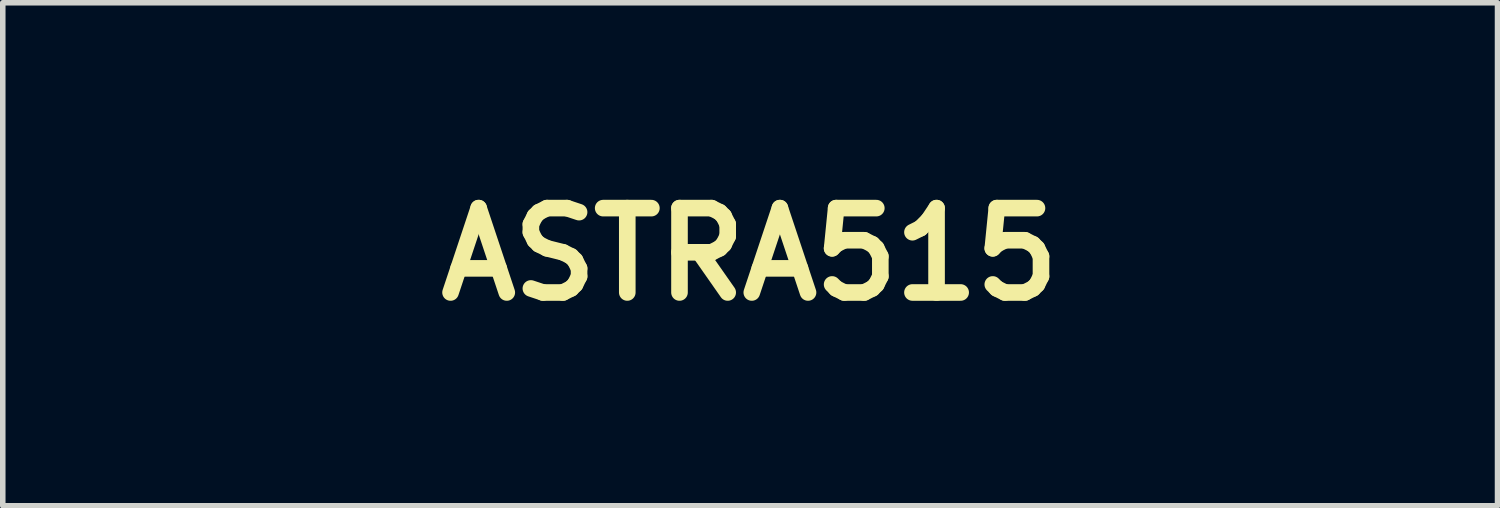
<source format=kicad_pcb>
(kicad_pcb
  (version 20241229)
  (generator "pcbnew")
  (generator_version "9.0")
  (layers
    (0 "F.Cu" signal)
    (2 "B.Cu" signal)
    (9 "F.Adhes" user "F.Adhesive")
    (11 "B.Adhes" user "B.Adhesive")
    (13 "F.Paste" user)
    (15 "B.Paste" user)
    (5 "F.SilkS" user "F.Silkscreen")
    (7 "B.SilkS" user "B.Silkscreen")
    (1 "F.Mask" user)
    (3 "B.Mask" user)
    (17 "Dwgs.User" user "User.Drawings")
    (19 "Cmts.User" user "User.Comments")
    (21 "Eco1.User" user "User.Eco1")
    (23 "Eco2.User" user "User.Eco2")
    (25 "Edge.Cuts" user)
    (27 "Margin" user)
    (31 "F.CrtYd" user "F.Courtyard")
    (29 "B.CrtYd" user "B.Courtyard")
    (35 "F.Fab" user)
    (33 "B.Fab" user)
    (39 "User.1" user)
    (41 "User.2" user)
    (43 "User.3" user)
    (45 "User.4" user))
  (footprint "ASTRA515"
    (layer "F.Cu")
    (at 10.497 1.545)
    (property "Reference" "ASTRA515" (at 0 0 0) (layer "F.SilkS") (effects (font (size 1.524 1.524) (thickness 0.3))))
    (attr through_hole)
    (fp_poly (pts (xy -3.887 -1.538) (xy -3.726 -1.538) (xy -3.589 -1.537) (xy -3.474 -1.536) (xy -3.379 -1.535) (xy -3.302 -1.534) (xy -3.242 -1.532) (xy -3.195 -1.53) (xy -3.16 -1.527) (xy -3.135 -1.524) (xy -3.117 -1.52) (xy -3.11 -1.517) (xy -3.033 -1.474) (xy -2.97 -1.416) (xy -2.921 -1.349) (xy -2.891 -1.277) (xy -2.88 -1.204) (xy -2.891 -1.136) (xy -2.906 -1.105) (xy -2.922 -1.081) (xy -2.939 -1.062) (xy -2.961 -1.047) (xy -2.99 -1.037) (xy -3.032 -1.029) (xy -3.089 -1.024) (xy -3.165 -1.02) (xy -3.263 -1.018) (xy -3.332 -1.016) (xy -3.665 -1.009) (xy -3.357 0.141) (xy -3.31 0.317) (xy -3.265 0.486) (xy -3.223 0.646) (xy -3.184 0.795) (xy -3.149 0.93) (xy -3.118 1.05) (xy -3.092 1.153) (xy -3.072 1.236) (xy -3.057 1.297) (xy -3.049 1.334) (xy -3.048 1.345) (xy -3.06 1.417) (xy -3.093 1.474) (xy -3.143 1.513) (xy -3.206 1.534) (xy -3.28 1.535) (xy -3.359 1.513) (xy -3.384 1.502) (xy -3.469 1.444) (xy -3.535 1.366) (xy -3.58 1.271) (xy -3.583 1.264) (xy -3.591 1.237) (xy -3.605 1.185) (xy -3.625 1.11) (xy -3.651 1.015) (xy -3.682 0.902) (xy -3.717 0.772) (xy -3.756 0.629) (xy -3.797 0.474) (xy -3.841 0.31) (xy -3.887 0.139) (xy -3.903 0.081) (xy -4.196 -1.016) (xy -4.522 -1.016) (xy -4.629 -1.017) (xy -4.711 -1.018) (xy -4.774 -1.019) (xy -4.82 -1.022) (xy -4.854 -1.027) (xy -4.88 -1.033) (xy -4.902 -1.041) (xy -4.905 -1.043) (xy -4.981 -1.088) (xy -5.042 -1.146) (xy -5.087 -1.212) (xy -5.114 -1.281) (xy -5.123 -1.35) (xy -5.112 -1.415) (xy -5.079 -1.472) (xy -5.033 -1.51) (xy -5.024 -1.516) (xy -5.012 -1.521) (xy -4.996 -1.525) (xy -4.974 -1.528) (xy -4.944 -1.531) (xy -4.904 -1.533) (xy -4.852 -1.535) (xy -4.784 -1.536) (xy -4.7 -1.537) (xy -4.598 -1.537) (xy -4.474 -1.538) (xy -4.327 -1.538) (xy -4.155 -1.538) (xy -4.074 -1.538) (xy -3.887 -1.538)) (stroke (width 0.01) (type solid)) (fill yes) (layer "F.Mask"))
    (fp_poly (pts (xy 6.673 -1.529) (xy 6.697 -1.524) (xy 6.747 -1.501) (xy 6.803 -1.464) (xy 6.858 -1.418) (xy 6.902 -1.37) (xy 6.927 -1.33) (xy 6.933 -1.311) (xy 6.946 -1.266) (xy 6.965 -1.199) (xy 6.989 -1.11) (xy 7.019 -1.002) (xy 7.053 -0.878) (xy 7.091 -0.739) (xy 7.132 -0.587) (xy 7.176 -0.424) (xy 7.222 -0.253) (xy 7.252 -0.141) (xy 7.56 1.009) (xy 7.692 1.016) (xy 7.766 1.022) (xy 7.819 1.031) (xy 7.862 1.047) (xy 7.901 1.073) (xy 7.947 1.111) (xy 8.011 1.184) (xy 8.05 1.264) (xy 8.063 1.342) (xy 8.052 1.414) (xy 8.017 1.472) (xy 7.968 1.511) (xy 7.955 1.518) (xy 7.939 1.524) (xy 7.918 1.528) (xy 7.888 1.532) (xy 7.847 1.534) (xy 7.792 1.536) (xy 7.718 1.537) (xy 7.625 1.538) (xy 7.507 1.538) (xy 7.436 1.538) (xy 6.948 1.538) (xy 6.876 1.502) (xy 6.798 1.452) (xy 6.738 1.391) (xy 6.696 1.322) (xy 6.674 1.25) (xy 6.674 1.178) (xy 6.696 1.112) (xy 6.73 1.067) (xy 6.753 1.046) (xy 6.775 1.032) (xy 6.804 1.025) (xy 6.847 1.021) (xy 6.901 1.018) (xy 6.956 1.015) (xy 7 1.011) (xy 7.024 1.008) (xy 7.027 1.006) (xy 7.024 0.991) (xy 7.014 0.952) (xy 6.998 0.892) (xy 6.977 0.814) (xy 6.952 0.72) (xy 6.924 0.613) (xy 6.893 0.497) (xy 6.86 0.375) (xy 6.827 0.248) (xy 6.793 0.121) (xy 6.759 -0.003) (xy 6.727 -0.123) (xy 6.697 -0.234) (xy 6.67 -0.335) (xy 6.647 -0.421) (xy 6.628 -0.49) (xy 6.615 -0.539) (xy 6.609 -0.561) (xy 6.588 -0.635) (xy 6.547 -0.614) (xy 6.481 -0.594) (xy 6.404 -0.596) (xy 6.324 -0.617) (xy 6.247 -0.657) (xy 6.214 -0.683) (xy 6.165 -0.735) (xy 6.129 -0.8) (xy 6.106 -0.868) (xy 6.099 -0.933) (xy 6.11 -0.988) (xy 6.112 -0.992) (xy 6.129 -1.019) (xy 6.158 -1.062) (xy 6.198 -1.119) (xy 6.245 -1.184) (xy 6.295 -1.253) (xy 6.346 -1.32) (xy 6.393 -1.383) (xy 6.434 -1.436) (xy 6.465 -1.474) (xy 6.481 -1.493) (xy 6.532 -1.523) (xy 6.598 -1.535) (xy 6.673 -1.529)) (stroke (width 0.01) (type solid)) (fill yes) (layer "F.Mask"))
    (fp_poly (pts (xy -9.666 -1.536) (xy -9.517 -1.535) (xy -9.501 -1.535) (xy -8.954 -1.531) (xy -8.858 -1.494) (xy -8.722 -1.429) (xy -8.595 -1.346) (xy -8.48 -1.247) (xy -8.384 -1.138) (xy -8.308 -1.021) (xy -8.27 -0.939) (xy -8.26 -0.907) (xy -8.244 -0.852) (xy -8.222 -0.776) (xy -8.195 -0.681) (xy -8.165 -0.57) (xy -8.131 -0.446) (xy -8.094 -0.31) (xy -8.055 -0.166) (xy -8.014 -0.015) (xy -7.973 0.139) (xy -7.932 0.294) (xy -7.892 0.447) (xy -7.852 0.596) (xy -7.815 0.739) (xy -7.78 0.873) (xy -7.748 0.996) (xy -7.721 1.104) (xy -7.698 1.196) (xy -7.68 1.269) (xy -7.668 1.32) (xy -7.663 1.347) (xy -7.662 1.349) (xy -7.675 1.416) (xy -7.711 1.472) (xy -7.765 1.513) (xy -7.833 1.535) (xy -7.869 1.538) (xy -7.941 1.525) (xy -8.016 1.492) (xy -8.086 1.443) (xy -8.143 1.383) (xy -8.175 1.33) (xy -8.185 1.303) (xy -8.201 1.25) (xy -8.223 1.174) (xy -8.25 1.077) (xy -8.283 0.96) (xy -8.319 0.826) (xy -8.359 0.676) (xy -8.403 0.514) (xy -8.449 0.34) (xy -8.452 0.328) (xy -8.468 0.268) (xy -9.053 0.268) (xy -9.178 0.268) (xy -9.294 0.269) (xy -9.398 0.269) (xy -9.487 0.27) (xy -9.558 0.271) (xy -9.609 0.272) (xy -9.635 0.274) (xy -9.638 0.274) (xy -9.634 0.289) (xy -9.624 0.328) (xy -9.608 0.388) (xy -9.588 0.466) (xy -9.563 0.559) (xy -9.535 0.664) (xy -9.504 0.778) (xy -9.502 0.786) (xy -9.471 0.903) (xy -9.442 1.014) (xy -9.417 1.115) (xy -9.396 1.203) (xy -9.38 1.273) (xy -9.37 1.324) (xy -9.367 1.351) (xy -9.379 1.42) (xy -9.413 1.475) (xy -9.464 1.513) (xy -9.528 1.534) (xy -9.602 1.534) (xy -9.681 1.513) (xy -9.705 1.502) (xy -9.786 1.449) (xy -9.847 1.378) (xy -9.879 1.32) (xy -9.887 1.297) (xy -9.902 1.25) (xy -9.922 1.18) (xy -9.948 1.089) (xy -9.979 0.979) (xy -10.013 0.853) (xy -10.052 0.713) (xy -10.094 0.561) (xy -10.137 0.399) (xy -10.183 0.23) (xy -10.198 0.176) (xy -10.254 -0.033) (xy -10.303 -0.216) (xy -10.345 -0.377) (xy -10.381 -0.515) (xy -10.412 -0.635) (xy -10.437 -0.736) (xy -10.457 -0.822) (xy -10.472 -0.893) (xy -10.474 -0.906) (xy -9.949 -0.906) (xy -9.945 -0.886) (xy -9.935 -0.843) (xy -9.92 -0.781) (xy -9.901 -0.704) (xy -9.879 -0.618) (xy -9.867 -0.575) (xy -9.786 -0.268) (xy -9.199 -0.268) (xy -8.612 -0.268) (xy -8.695 -0.575) (xy -8.72 -0.666) (xy -8.744 -0.749) (xy -8.766 -0.821) (xy -8.785 -0.876) (xy -8.799 -0.91) (xy -8.803 -0.917) (xy -8.831 -0.945) (xy -8.872 -0.974) (xy -8.891 -0.985) (xy -8.909 -0.993) (xy -8.926 -1) (xy -8.946 -1.006) (xy -8.973 -1.01) (xy -9.009 -1.012) (xy -9.058 -1.014) (xy -9.122 -1.015) (xy -9.206 -1.014) (xy -9.312 -1.014) (xy -9.417 -1.013) (xy -9.88 -1.009) (xy -9.914 -0.969) (xy -9.937 -0.937) (xy -9.948 -0.909) (xy -9.949 -0.906) (xy -10.474 -0.906) (xy -10.482 -0.953) (xy -10.489 -1.002) (xy -10.492 -1.043) (xy -10.492 -1.078) (xy -10.489 -1.109) (xy -10.483 -1.137) (xy -10.476 -1.164) (xy -10.466 -1.192) (xy -10.425 -1.278) (xy -10.365 -1.361) (xy -10.293 -1.431) (xy -10.267 -1.45) (xy -10.234 -1.472) (xy -10.203 -1.489) (xy -10.171 -1.504) (xy -10.135 -1.515) (xy -10.092 -1.523) (xy -10.038 -1.53) (xy -9.972 -1.534) (xy -9.89 -1.536) (xy -9.789 -1.537) (xy -9.666 -1.536)) (stroke (width 0.01) (type solid)) (fill yes) (layer "F.Mask"))
    (fp_poly (pts (xy 1.286 -1.536) (xy 1.428 -1.535) (xy 1.435 -1.535) (xy 1.983 -1.531) (xy 2.078 -1.494) (xy 2.183 -1.447) (xy 2.276 -1.393) (xy 2.366 -1.324) (xy 2.455 -1.242) (xy 2.487 -1.21) (xy 2.515 -1.182) (xy 2.54 -1.153) (xy 2.564 -1.124) (xy 2.585 -1.092) (xy 2.606 -1.055) (xy 2.627 -1.011) (xy 2.649 -0.959) (xy 2.672 -0.896) (xy 2.696 -0.821) (xy 2.724 -0.731) (xy 2.754 -0.626) (xy 2.789 -0.502) (xy 2.828 -0.359) (xy 2.873 -0.194) (xy 2.923 -0.005) (xy 2.977 0.197) (xy 3.023 0.369) (xy 3.067 0.534) (xy 3.108 0.69) (xy 3.146 0.835) (xy 3.18 0.966) (xy 3.21 1.081) (xy 3.234 1.178) (xy 3.253 1.255) (xy 3.267 1.311) (xy 3.273 1.342) (xy 3.274 1.347) (xy 3.261 1.413) (xy 3.225 1.47) (xy 3.171 1.512) (xy 3.105 1.535) (xy 3.069 1.538) (xy 2.992 1.525) (xy 2.913 1.489) (xy 2.842 1.437) (xy 2.785 1.372) (xy 2.766 1.341) (xy 2.759 1.32) (xy 2.745 1.276) (xy 2.726 1.213) (xy 2.703 1.134) (xy 2.677 1.042) (xy 2.649 0.942) (xy 2.62 0.838) (xy 2.59 0.732) (xy 2.562 0.629) (xy 2.536 0.532) (xy 2.512 0.446) (xy 2.493 0.373) (xy 2.479 0.318) (xy 2.471 0.283) (xy 2.469 0.274) (xy 2.456 0.273) (xy 2.417 0.272) (xy 2.356 0.271) (xy 2.275 0.27) (xy 2.178 0.269) (xy 2.067 0.268) (xy 1.946 0.268) (xy 1.884 0.268) (xy 1.758 0.268) (xy 1.642 0.269) (xy 1.538 0.27) (xy 1.449 0.271) (xy 1.378 0.273) (xy 1.328 0.275) (xy 1.301 0.276) (xy 1.298 0.277) (xy 1.302 0.293) (xy 1.312 0.332) (xy 1.328 0.393) (xy 1.348 0.471) (xy 1.373 0.565) (xy 1.401 0.67) (xy 1.432 0.784) (xy 1.432 0.785) (xy 1.463 0.901) (xy 1.492 1.011) (xy 1.517 1.111) (xy 1.537 1.198) (xy 1.553 1.267) (xy 1.563 1.316) (xy 1.566 1.341) (xy 1.554 1.413) (xy 1.521 1.472) (xy 1.47 1.513) (xy 1.407 1.535) (xy 1.333 1.537) (xy 1.255 1.515) (xy 1.249 1.512) (xy 1.169 1.464) (xy 1.102 1.403) (xy 1.074 1.364) (xy 1.066 1.344) (xy 1.051 1.298) (xy 1.031 1.23) (xy 1.005 1.14) (xy 0.974 1.032) (xy 0.938 0.907) (xy 0.9 0.768) (xy 0.858 0.616) (xy 0.813 0.454) (xy 0.767 0.284) (xy 0.746 0.204) (xy 0.692 0.003) (xy 0.644 -0.173) (xy 0.604 -0.326) (xy 0.569 -0.457) (xy 0.54 -0.568) (xy 0.515 -0.663) (xy 0.496 -0.741) (xy 0.48 -0.806) (xy 0.468 -0.859) (xy 0.459 -0.902) (xy 0.459 -0.906) (xy 0.987 -0.906) (xy 0.991 -0.886) (xy 1 -0.843) (xy 1.015 -0.781) (xy 1.034 -0.704) (xy 1.057 -0.618) (xy 1.068 -0.575) (xy 1.149 -0.268) (xy 1.732 -0.268) (xy 1.893 -0.268) (xy 2.026 -0.269) (xy 2.133 -0.271) (xy 2.215 -0.273) (xy 2.271 -0.276) (xy 2.304 -0.279) (xy 2.314 -0.283) (xy 2.31 -0.308) (xy 2.3 -0.355) (xy 2.283 -0.418) (xy 2.263 -0.493) (xy 2.241 -0.574) (xy 2.217 -0.657) (xy 2.193 -0.736) (xy 2.172 -0.807) (xy 2.153 -0.864) (xy 2.139 -0.903) (xy 2.132 -0.917) (xy 2.102 -0.949) (xy 2.063 -0.978) (xy 2.059 -0.981) (xy 2.044 -0.988) (xy 2.028 -0.994) (xy 2.007 -0.999) (xy 1.978 -1.003) (xy 1.937 -1.005) (xy 1.882 -1.007) (xy 1.81 -1.008) (xy 1.717 -1.009) (xy 1.601 -1.009) (xy 1.533 -1.009) (xy 1.056 -1.009) (xy 1.022 -0.969) (xy 0.999 -0.937) (xy 0.988 -0.909) (xy 0.987 -0.906) (xy 0.459 -0.906) (xy 0.453 -0.937) (xy 0.449 -0.967) (xy 0.447 -0.992) (xy 0.447 -1.015) (xy 0.446 -1.03) (xy 0.449 -1.1) (xy 0.456 -1.152) (xy 0.471 -1.2) (xy 0.483 -1.229) (xy 0.545 -1.335) (xy 0.626 -1.421) (xy 0.724 -1.484) (xy 0.809 -1.517) (xy 0.833 -1.523) (xy 0.861 -1.527) (xy 0.896 -1.531) (xy 0.942 -1.534) (xy 1 -1.536) (xy 1.076 -1.536) (xy 1.17 -1.537) (xy 1.286 -1.536)) (stroke (width 0.01) (type solid)) (fill yes) (layer "F.Mask"))
    (fp_poly (pts (xy 5.484 -1.503) (xy 5.559 -1.455) (xy 5.617 -1.395) (xy 5.659 -1.328) (xy 5.683 -1.258) (xy 5.687 -1.189) (xy 5.671 -1.126) (xy 5.634 -1.071) (xy 5.598 -1.044) (xy 5.587 -1.038) (xy 5.574 -1.033) (xy 5.557 -1.028) (xy 5.533 -1.025) (xy 5.5 -1.022) (xy 5.456 -1.02) (xy 5.398 -1.019) (xy 5.324 -1.017) (xy 5.231 -1.017) (xy 5.117 -1.016) (xy 4.98 -1.016) (xy 4.818 -1.016) (xy 4.8 -1.016) (xy 4.635 -1.016) (xy 4.496 -1.016) (xy 4.381 -1.015) (xy 4.288 -1.015) (xy 4.214 -1.014) (xy 4.157 -1.012) (xy 4.115 -1.01) (xy 4.086 -1.008) (xy 4.068 -1.005) (xy 4.058 -1.001) (xy 4.055 -0.996) (xy 4.056 -0.991) (xy 4.062 -0.969) (xy 4.074 -0.925) (xy 4.09 -0.864) (xy 4.11 -0.791) (xy 4.132 -0.709) (xy 4.155 -0.623) (xy 4.178 -0.538) (xy 4.199 -0.458) (xy 4.218 -0.387) (xy 4.233 -0.33) (xy 4.243 -0.291) (xy 4.247 -0.274) (xy 4.247 -0.274) (xy 4.261 -0.272) (xy 4.3 -0.271) (xy 4.361 -0.27) (xy 4.44 -0.269) (xy 4.536 -0.269) (xy 4.645 -0.268) (xy 4.763 -0.268) (xy 4.78 -0.268) (xy 4.93 -0.268) (xy 5.055 -0.267) (xy 5.157 -0.265) (xy 5.239 -0.263) (xy 5.304 -0.26) (xy 5.355 -0.255) (xy 5.394 -0.25) (xy 5.412 -0.247) (xy 5.535 -0.209) (xy 5.66 -0.149) (xy 5.781 -0.07) (xy 5.892 0.024) (xy 5.967 0.105) (xy 6.012 0.164) (xy 6.051 0.228) (xy 6.086 0.3) (xy 6.12 0.387) (xy 6.155 0.491) (xy 6.191 0.619) (xy 6.196 0.635) (xy 6.223 0.737) (xy 6.243 0.817) (xy 6.257 0.881) (xy 6.265 0.934) (xy 6.269 0.98) (xy 6.27 1.023) (xy 6.258 1.147) (xy 6.22 1.257) (xy 6.159 1.353) (xy 6.072 1.435) (xy 6.048 1.452) (xy 6.021 1.47) (xy 5.995 1.486) (xy 5.968 1.499) (xy 5.937 1.51) (xy 5.9 1.518) (xy 5.854 1.525) (xy 5.797 1.53) (xy 5.726 1.533) (xy 5.638 1.536) (xy 5.532 1.537) (xy 5.405 1.538) (xy 5.254 1.538) (xy 5.123 1.538) (xy 4.962 1.538) (xy 4.827 1.537) (xy 4.715 1.537) (xy 4.623 1.536) (xy 4.55 1.535) (xy 4.493 1.533) (xy 4.449 1.531) (xy 4.416 1.528) (xy 4.391 1.524) (xy 4.373 1.519) (xy 4.358 1.514) (xy 4.352 1.511) (xy 4.275 1.465) (xy 4.211 1.406) (xy 4.162 1.338) (xy 4.133 1.266) (xy 4.126 1.195) (xy 4.134 1.152) (xy 4.155 1.111) (xy 4.186 1.07) (xy 4.192 1.064) (xy 4.235 1.023) (xy 4.948 1.016) (xy 5.661 1.009) (xy 5.695 0.969) (xy 5.718 0.935) (xy 5.729 0.902) (xy 5.729 0.899) (xy 5.725 0.868) (xy 5.714 0.817) (xy 5.697 0.752) (xy 5.677 0.678) (xy 5.655 0.601) (xy 5.633 0.526) (xy 5.612 0.459) (xy 5.594 0.407) (xy 5.58 0.373) (xy 5.576 0.367) (xy 5.546 0.335) (xy 5.508 0.303) (xy 5.503 0.3) (xy 5.457 0.268) (xy 4.784 0.268) (xy 4.618 0.268) (xy 4.477 0.268) (xy 4.359 0.267) (xy 4.262 0.265) (xy 4.183 0.262) (xy 4.12 0.257) (xy 4.069 0.251) (xy 4.03 0.243) (xy 3.997 0.233) (xy 3.971 0.22) (xy 3.947 0.204) (xy 3.924 0.186) (xy 3.911 0.175) (xy 3.871 0.135) (xy 3.837 0.091) (xy 3.824 0.071) (xy 3.815 0.046) (xy 3.799 -0.003) (xy 3.779 -0.072) (xy 3.754 -0.159) (xy 3.725 -0.259) (xy 3.694 -0.37) (xy 3.662 -0.488) (xy 3.629 -0.61) (xy 3.596 -0.733) (xy 3.564 -0.853) (xy 3.534 -0.968) (xy 3.507 -1.073) (xy 3.483 -1.166) (xy 3.464 -1.243) (xy 3.451 -1.301) (xy 3.444 -1.337) (xy 3.443 -1.345) (xy 3.456 -1.409) (xy 3.49 -1.467) (xy 3.538 -1.51) (xy 3.543 -1.512) (xy 3.554 -1.518) (xy 3.567 -1.522) (xy 3.586 -1.526) (xy 3.611 -1.529) (xy 3.645 -1.531) (xy 3.691 -1.533) (xy 3.749 -1.535) (xy 3.823 -1.536) (xy 3.915 -1.537) (xy 4.026 -1.538) (xy 4.159 -1.538) (xy 4.316 -1.538) (xy 4.499 -1.538) (xy 5.413 -1.538) (xy 5.484 -1.503)) (stroke (width 0.01) (type solid)) (fill yes) (layer "F.Mask"))
    (fp_poly (pts (xy 8.734 -1.538) (xy 8.921 -1.538) (xy 9.081 -1.538) (xy 9.218 -1.538) (xy 9.333 -1.537) (xy 9.429 -1.536) (xy 9.507 -1.534) (xy 9.571 -1.531) (xy 9.621 -1.526) (xy 9.661 -1.521) (xy 9.692 -1.514) (xy 9.717 -1.506) (xy 9.737 -1.496) (xy 9.756 -1.484) (xy 9.774 -1.47) (xy 9.789 -1.459) (xy 9.823 -1.426) (xy 9.859 -1.38) (xy 9.878 -1.35) (xy 9.911 -1.272) (xy 9.92 -1.197) (xy 9.905 -1.129) (xy 9.868 -1.073) (xy 9.831 -1.044) (xy 9.82 -1.038) (xy 9.807 -1.033) (xy 9.79 -1.028) (xy 9.766 -1.025) (xy 9.734 -1.022) (xy 9.689 -1.02) (xy 9.631 -1.019) (xy 9.557 -1.017) (xy 9.464 -1.017) (xy 9.35 -1.016) (xy 9.214 -1.016) (xy 9.051 -1.016) (xy 9.034 -1.016) (xy 8.869 -1.016) (xy 8.73 -1.016) (xy 8.615 -1.015) (xy 8.521 -1.015) (xy 8.447 -1.014) (xy 8.39 -1.012) (xy 8.349 -1.01) (xy 8.32 -1.008) (xy 8.301 -1.005) (xy 8.292 -1.001) (xy 8.288 -0.996) (xy 8.289 -0.991) (xy 8.294 -0.971) (xy 8.306 -0.929) (xy 8.322 -0.869) (xy 8.341 -0.795) (xy 8.363 -0.714) (xy 8.386 -0.629) (xy 8.408 -0.545) (xy 8.429 -0.467) (xy 8.447 -0.4) (xy 8.461 -0.348) (xy 8.466 -0.329) (xy 8.481 -0.27) (xy 9.056 -0.265) (xy 9.199 -0.264) (xy 9.317 -0.262) (xy 9.413 -0.261) (xy 9.49 -0.259) (xy 9.55 -0.257) (xy 9.597 -0.254) (xy 9.634 -0.25) (xy 9.663 -0.246) (xy 9.688 -0.24) (xy 9.712 -0.233) (xy 9.723 -0.229) (xy 9.843 -0.178) (xy 9.965 -0.104) (xy 10.081 -0.015) (xy 10.183 0.085) (xy 10.207 0.113) (xy 10.252 0.174) (xy 10.292 0.245) (xy 10.331 0.332) (xy 10.369 0.437) (xy 10.408 0.565) (xy 10.43 0.642) (xy 10.463 0.771) (xy 10.487 0.879) (xy 10.5 0.968) (xy 10.505 1.044) (xy 10.5 1.109) (xy 10.487 1.17) (xy 10.48 1.192) (xy 10.439 1.278) (xy 10.379 1.361) (xy 10.308 1.431) (xy 10.282 1.45) (xy 10.253 1.469) (xy 10.226 1.485) (xy 10.199 1.498) (xy 10.169 1.509) (xy 10.133 1.518) (xy 10.088 1.524) (xy 10.033 1.529) (xy 9.965 1.533) (xy 9.88 1.535) (xy 9.777 1.537) (xy 9.654 1.538) (xy 9.507 1.538) (xy 9.357 1.538) (xy 9.196 1.538) (xy 9.061 1.537) (xy 8.95 1.537) (xy 8.859 1.536) (xy 8.786 1.535) (xy 8.729 1.533) (xy 8.685 1.531) (xy 8.652 1.528) (xy 8.627 1.524) (xy 8.608 1.52) (xy 8.592 1.514) (xy 8.58 1.509) (xy 8.504 1.464) (xy 8.442 1.404) (xy 8.394 1.336) (xy 8.366 1.264) (xy 8.359 1.194) (xy 8.367 1.152) (xy 8.388 1.111) (xy 8.419 1.07) (xy 8.426 1.064) (xy 8.468 1.023) (xy 9.181 1.016) (xy 9.894 1.009) (xy 9.928 0.969) (xy 9.951 0.936) (xy 9.962 0.906) (xy 9.962 0.902) (xy 9.958 0.874) (xy 9.948 0.824) (xy 9.931 0.76) (xy 9.912 0.686) (xy 9.89 0.609) (xy 9.867 0.534) (xy 9.846 0.466) (xy 9.828 0.411) (xy 9.814 0.376) (xy 9.809 0.367) (xy 9.78 0.335) (xy 9.742 0.303) (xy 9.737 0.3) (xy 9.69 0.268) (xy 9.017 0.268) (xy 8.851 0.268) (xy 8.71 0.268) (xy 8.593 0.267) (xy 8.496 0.265) (xy 8.417 0.262) (xy 8.353 0.257) (xy 8.303 0.251) (xy 8.263 0.243) (xy 8.231 0.233) (xy 8.204 0.22) (xy 8.18 0.204) (xy 8.157 0.186) (xy 8.145 0.175) (xy 8.104 0.135) (xy 8.069 0.089) (xy 8.057 0.069) (xy 8.046 0.042) (xy 8.03 -0.008) (xy 8.009 -0.078) (xy 7.984 -0.165) (xy 7.955 -0.267) (xy 7.924 -0.378) (xy 7.892 -0.497) (xy 7.859 -0.62) (xy 7.826 -0.743) (xy 7.794 -0.864) (xy 7.764 -0.978) (xy 7.737 -1.083) (xy 7.714 -1.175) (xy 7.696 -1.252) (xy 7.683 -1.309) (xy 7.677 -1.343) (xy 7.676 -1.349) (xy 7.684 -1.397) (xy 7.703 -1.444) (xy 7.705 -1.447) (xy 7.716 -1.465) (xy 7.726 -1.48) (xy 7.738 -1.493) (xy 7.754 -1.504) (xy 7.776 -1.513) (xy 7.806 -1.52) (xy 7.845 -1.526) (xy 7.897 -1.53) (xy 7.963 -1.533) (xy 8.045 -1.536) (xy 8.145 -1.537) (xy 8.265 -1.538) (xy 8.408 -1.538) (xy 8.575 -1.538) (xy 8.734 -1.538)) (stroke (width 0.01) (type solid)) (fill yes) (layer "F.Mask"))
    (fp_poly (pts (xy -6.485 -1.536) (xy -6.407 -1.535) (xy -6.345 -1.534) (xy -6.297 -1.531) (xy -6.259 -1.527) (xy -6.229 -1.522) (xy -6.207 -1.517) (xy -6.076 -1.472) (xy -5.949 -1.406) (xy -5.831 -1.322) (xy -5.725 -1.225) (xy -5.636 -1.118) (xy -5.565 -1.004) (xy -5.519 -0.887) (xy -5.511 -0.857) (xy -5.501 -0.777) (xy -5.513 -0.712) (xy -5.547 -0.657) (xy -5.566 -0.639) (xy -5.599 -0.611) (xy -5.631 -0.597) (xy -5.673 -0.593) (xy -5.694 -0.593) (xy -5.791 -0.606) (xy -5.876 -0.644) (xy -5.95 -0.709) (xy -6.011 -0.798) (xy -6.033 -0.841) (xy -6.063 -0.901) (xy -6.092 -0.941) (xy -6.125 -0.97) (xy -6.133 -0.975) (xy -6.188 -1.009) (xy -7.143 -1.009) (xy -7.177 -0.969) (xy -7.2 -0.933) (xy -7.211 -0.899) (xy -7.211 -0.895) (xy -7.207 -0.868) (xy -7.197 -0.82) (xy -7.181 -0.756) (xy -7.162 -0.684) (xy -7.141 -0.607) (xy -7.12 -0.532) (xy -7.1 -0.465) (xy -7.083 -0.411) (xy -7.07 -0.376) (xy -7.065 -0.366) (xy -7.041 -0.339) (xy -7.008 -0.31) (xy -7.006 -0.307) (xy -6.994 -0.299) (xy -6.982 -0.292) (xy -6.966 -0.287) (xy -6.944 -0.283) (xy -6.912 -0.279) (xy -6.867 -0.276) (xy -6.807 -0.274) (xy -6.729 -0.272) (xy -6.63 -0.27) (xy -6.507 -0.268) (xy -6.435 -0.267) (xy -6.295 -0.265) (xy -6.18 -0.263) (xy -6.087 -0.26) (xy -6.013 -0.257) (xy -5.956 -0.254) (xy -5.911 -0.25) (xy -5.876 -0.246) (xy -5.849 -0.24) (xy -5.828 -0.234) (xy -5.688 -0.175) (xy -5.554 -0.096) (xy -5.433 0.001) (xy -5.329 0.112) (xy -5.246 0.231) (xy -5.223 0.274) (xy -5.198 0.333) (xy -5.17 0.414) (xy -5.14 0.509) (xy -5.111 0.613) (xy -5.084 0.72) (xy -5.06 0.822) (xy -5.042 0.914) (xy -5.03 0.989) (xy -5.027 1.018) (xy -5.03 1.137) (xy -5.054 1.239) (xy -5.101 1.327) (xy -5.172 1.404) (xy -5.225 1.444) (xy -5.259 1.467) (xy -5.292 1.485) (xy -5.328 1.501) (xy -5.368 1.512) (xy -5.415 1.522) (xy -5.474 1.528) (xy -5.547 1.533) (xy -5.637 1.535) (xy -5.746 1.537) (xy -5.879 1.537) (xy -5.99 1.537) (xy -6.136 1.537) (xy -6.257 1.536) (xy -6.355 1.534) (xy -6.433 1.532) (xy -6.493 1.529) (xy -6.539 1.525) (xy -6.573 1.52) (xy -6.59 1.516) (xy -6.719 1.469) (xy -6.847 1.399) (xy -6.968 1.311) (xy -7.076 1.208) (xy -7.166 1.096) (xy -7.225 0.994) (xy -7.266 0.896) (xy -7.285 0.813) (xy -7.283 0.743) (xy -7.258 0.683) (xy -7.217 0.636) (xy -7.182 0.61) (xy -7.148 0.597) (xy -7.103 0.593) (xy -7.09 0.593) (xy -6.995 0.606) (xy -6.909 0.646) (xy -6.833 0.713) (xy -6.829 0.716) (xy -6.795 0.762) (xy -6.767 0.811) (xy -6.756 0.837) (xy -6.724 0.901) (xy -6.673 0.956) (xy -6.612 0.994) (xy -6.59 1.002) (xy -6.556 1.007) (xy -6.495 1.01) (xy -6.408 1.013) (xy -6.296 1.014) (xy -6.161 1.014) (xy -6.088 1.013) (xy -5.642 1.009) (xy -5.608 0.969) (xy -5.585 0.934) (xy -5.574 0.901) (xy -5.574 0.898) (xy -5.577 0.875) (xy -5.587 0.829) (xy -5.602 0.767) (xy -5.621 0.692) (xy -5.638 0.627) (xy -5.665 0.533) (xy -5.686 0.462) (xy -5.705 0.411) (xy -5.721 0.375) (xy -5.738 0.352) (xy -5.741 0.348) (xy -5.761 0.327) (xy -5.78 0.31) (xy -5.8 0.297) (xy -5.826 0.287) (xy -5.861 0.279) (xy -5.906 0.274) (xy -5.966 0.271) (xy -6.043 0.269) (xy -6.141 0.268) (xy -6.262 0.268) (xy -6.332 0.268) (xy -6.485 0.267) (xy -6.613 0.266) (xy -6.719 0.263) (xy -6.808 0.258) (xy -6.882 0.251) (xy -6.945 0.242) (xy -6.999 0.23) (xy -7.049 0.214) (xy -7.098 0.194) (xy -7.15 0.17) (xy -7.154 0.168) (xy -7.272 0.096) (xy -7.38 0.004) (xy -7.472 -0.102) (xy -7.539 -0.212) (xy -7.567 -0.277) (xy -7.598 -0.361) (xy -7.63 -0.459) (xy -7.662 -0.565) (xy -7.692 -0.674) (xy -7.718 -0.78) (xy -7.739 -0.877) (xy -7.754 -0.96) (xy -7.761 -1.024) (xy -7.761 -1.036) (xy -7.749 -1.16) (xy -7.712 -1.27) (xy -7.652 -1.367) (xy -7.591 -1.429) (xy -7.563 -1.453) (xy -7.536 -1.473) (xy -7.509 -1.489) (xy -7.478 -1.502) (xy -7.439 -1.512) (xy -7.392 -1.519) (xy -7.331 -1.525) (xy -7.256 -1.529) (xy -7.161 -1.531) (xy -7.046 -1.533) (xy -6.906 -1.534) (xy -6.847 -1.535) (xy -6.702 -1.536) (xy -6.582 -1.536) (xy -6.485 -1.536)) (stroke (width 0.01) (type solid)) (fill yes) (layer "F.Mask"))
    (fp_poly (pts (xy -1.447 -1.54) (xy -1.317 -1.539) (xy -1.193 -1.538) (xy -1.076 -1.536) (xy -0.971 -1.533) (xy -0.88 -1.529) (xy -0.808 -1.525) (xy -0.756 -1.52) (xy -0.737 -1.517) (xy -0.613 -1.475) (xy -0.489 -1.41) (xy -0.37 -1.326) (xy -0.262 -1.228) (xy -0.171 -1.119) (xy -0.11 -1.022) (xy -0.083 -0.962) (xy -0.052 -0.879) (xy -0.019 -0.777) (xy 0.016 -0.658) (xy 0.016 -0.655) (xy 0.043 -0.558) (xy 0.062 -0.482) (xy 0.076 -0.422) (xy 0.084 -0.371) (xy 0.089 -0.325) (xy 0.091 -0.276) (xy 0.091 -0.254) (xy 0.09 -0.183) (xy 0.085 -0.131) (xy 0.075 -0.089) (xy 0.061 -0.053) (xy 0.03 0.014) (xy 0.111 0.095) (xy 0.148 0.134) (xy 0.18 0.174) (xy 0.21 0.219) (xy 0.238 0.272) (xy 0.265 0.335) (xy 0.293 0.411) (xy 0.322 0.504) (xy 0.356 0.617) (xy 0.393 0.753) (xy 0.416 0.838) (xy 0.445 0.948) (xy 0.472 1.052) (xy 0.495 1.146) (xy 0.514 1.226) (xy 0.527 1.289) (xy 0.535 1.33) (xy 0.536 1.343) (xy 0.525 1.415) (xy 0.493 1.472) (xy 0.445 1.512) (xy 0.384 1.533) (xy 0.313 1.536) (xy 0.237 1.518) (xy 0.16 1.479) (xy 0.131 1.459) (xy 0.105 1.438) (xy 0.082 1.414) (xy 0.061 1.386) (xy 0.042 1.35) (xy 0.022 1.303) (xy 0.000261 1.242) (xy -0.024 1.165) (xy -0.052 1.068) (xy -0.085 0.948) (xy -0.106 0.868) (xy -0.136 0.758) (xy -0.165 0.654) (xy -0.192 0.562) (xy -0.215 0.484) (xy -0.234 0.424) (xy -0.247 0.385) (xy -0.252 0.374) (xy -0.281 0.337) (xy -0.319 0.303) (xy -0.324 0.3) (xy -0.336 0.292) (xy -0.35 0.285) (xy -0.366 0.28) (xy -0.389 0.276) (xy -0.421 0.273) (xy -0.466 0.271) (xy -0.525 0.269) (xy -0.602 0.269) (xy -0.7 0.268) (xy -0.821 0.268) (xy -0.906 0.268) (xy -1.043 0.268) (xy -1.155 0.268) (xy -1.243 0.269) (xy -1.311 0.27) (xy -1.361 0.272) (xy -1.396 0.274) (xy -1.418 0.277) (xy -1.43 0.281) (xy -1.434 0.286) (xy -1.434 0.293) (xy -1.434 0.293) (xy -1.423 0.329) (xy -1.407 0.387) (xy -1.387 0.462) (xy -1.363 0.551) (xy -1.337 0.649) (xy -1.31 0.752) (xy -1.282 0.858) (xy -1.255 0.961) (xy -1.23 1.059) (xy -1.207 1.146) (xy -1.188 1.221) (xy -1.174 1.277) (xy -1.166 1.313) (xy -1.164 1.321) (xy -1.167 1.387) (xy -1.194 1.446) (xy -1.239 1.495) (xy -1.297 1.527) (xy -1.36 1.537) (xy -1.408 1.533) (xy -1.452 1.526) (xy -1.457 1.524) (xy -1.506 1.501) (xy -1.562 1.463) (xy -1.614 1.417) (xy -1.645 1.381) (xy -1.652 1.372) (xy -1.658 1.363) (xy -1.664 1.354) (xy -1.67 1.341) (xy -1.677 1.325) (xy -1.686 1.302) (xy -1.696 1.272) (xy -1.708 1.232) (xy -1.723 1.182) (xy -1.74 1.119) (xy -1.762 1.042) (xy -1.787 0.949) (xy -1.817 0.84) (xy -1.852 0.711) (xy -1.892 0.562) (xy -1.938 0.391) (xy -1.99 0.196) (xy -2.049 -0.025) (xy -2.061 -0.071) (xy -2.11 -0.252) (xy -2.156 -0.426) (xy -2.2 -0.592) (xy -2.24 -0.747) (xy -2.277 -0.888) (xy -2.307 -1.004) (xy -1.778 -1.004) (xy -1.775 -0.988) (xy -1.765 -0.949) (xy -1.75 -0.892) (xy -1.732 -0.821) (xy -1.711 -0.741) (xy -1.688 -0.655) (xy -1.665 -0.569) (xy -1.643 -0.487) (xy -1.623 -0.413) (xy -1.607 -0.352) (xy -1.594 -0.308) (xy -1.588 -0.286) (xy -1.588 -0.286) (xy -1.58 -0.281) (xy -1.559 -0.277) (xy -1.522 -0.274) (xy -1.468 -0.272) (xy -1.393 -0.27) (xy -1.297 -0.269) (xy -1.177 -0.268) (xy -1.051 -0.268) (xy -0.521 -0.268) (xy -0.486 -0.303) (xy -0.46 -0.342) (xy -0.452 -0.377) (xy -0.456 -0.41) (xy -0.466 -0.463) (xy -0.483 -0.53) (xy -0.502 -0.606) (xy -0.524 -0.685) (xy -0.546 -0.76) (xy -0.567 -0.827) (xy -0.586 -0.879) (xy -0.6 -0.911) (xy -0.602 -0.915) (xy -0.632 -0.944) (xy -0.674 -0.974) (xy -0.692 -0.984) (xy -0.709 -0.993) (xy -0.726 -0.999) (xy -0.746 -1.005) (xy -0.772 -1.009) (xy -0.808 -1.012) (xy -0.856 -1.014) (xy -0.919 -1.015) (xy -1.001 -1.016) (xy -1.104 -1.016) (xy -1.231 -1.016) (xy -1.266 -1.016) (xy -1.386 -1.016) (xy -1.495 -1.015) (xy -1.591 -1.013) (xy -1.67 -1.011) (xy -1.729 -1.009) (xy -1.766 -1.006) (xy -1.778 -1.004) (xy -2.307 -1.004) (xy -2.309 -1.015) (xy -2.337 -1.124) (xy -2.359 -1.214) (xy -2.376 -1.283) (xy -2.386 -1.329) (xy -2.389 -1.349) (xy -2.376 -1.415) (xy -2.34 -1.474) (xy -2.286 -1.517) (xy -2.286 -1.517) (xy -2.261 -1.522) (xy -2.212 -1.527) (xy -2.141 -1.531) (xy -2.052 -1.534) (xy -1.948 -1.537) (xy -1.832 -1.538) (xy -1.708 -1.54) (xy -1.578 -1.54) (xy -1.447 -1.54)) (stroke (width 0.01) (type solid)) (fill yes) (layer "F.Mask")))
  (gr_rect
    (start -3 -3)
    (end 24.007 6.088)
    (stroke (width 0.1) (type default))
    (fill no)
    (layer "Edge.Cuts")))
</source>
